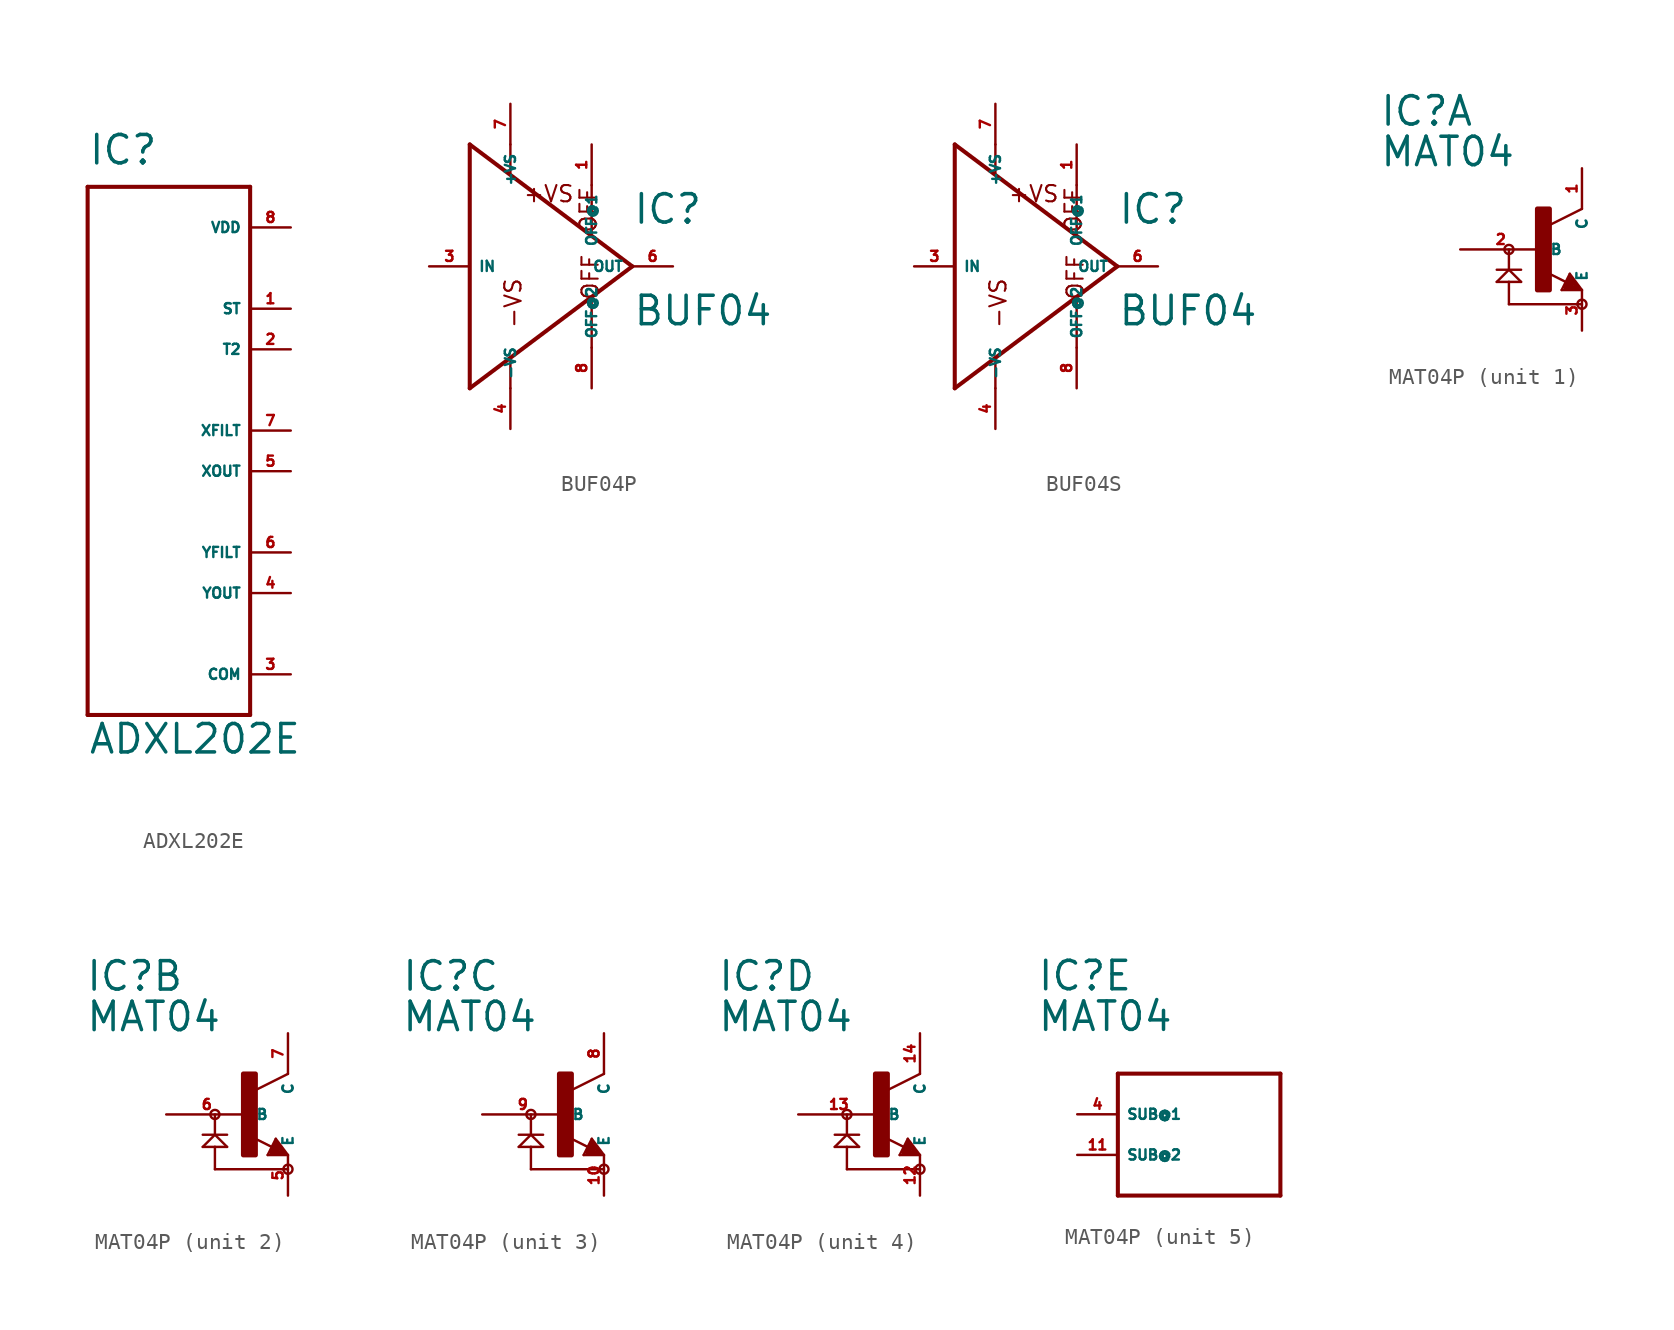
<source format=kicad_sym>
(kicad_symbol_lib
  (version 20220914)
  (generator Eagle2Kicad)
  (symbol "ADXL202E"
    (property "Reference" "IC"
      (at -5.08 16.51 0)
      (effects (font (size 1.778 1.778) (thickness 0.22)) (justify left bottom)))
    (property "Value" "ADXL202E"
      (at -5.08 -20.32 0)
      (effects (font (size 1.778 1.778) (thickness 0.22)) (justify left bottom)))
    (polyline
      (pts (xy -5.08 15.24) (xy -5.08 -17.78))
      (stroke (width 0.254) (type default))
      (fill (type none)))
    (polyline
      (pts (xy -5.08 -17.78) (xy 5.08 -17.78))
      (stroke (width 0.254) (type default))
      (fill (type none)))
    (polyline
      (pts (xy 5.08 -17.78) (xy 5.08 15.24))
      (stroke (width 0.254) (type default))
      (fill (type none)))
    (polyline
      (pts (xy 5.08 15.24) (xy -5.08 15.24))
      (stroke (width 0.254) (type default))
      (fill (type none)))
    (pin input line
      (at 7.62 7.62 180)
      (length 2.54)
      (name "ST" (effects (font (size 0.635 0.635) (thickness 0.08)) (justify left bottom)))
      (number "1" (effects (font (size 0.635 0.635) (thickness 0.08)) (justify left bottom))))
    (pin input line
      (at 7.62 5.08 180)
      (length 2.54)
      (name "T2" (effects (font (size 0.635 0.635) (thickness 0.08)) (justify left bottom)))
      (number "2" (effects (font (size 0.635 0.635) (thickness 0.08)) (justify left bottom))))
    (pin input line
      (at 7.62 -15.24 180)
      (length 2.54)
      (name "COM" (effects (font (size 0.635 0.635) (thickness 0.08)) (justify left bottom)))
      (number "3" (effects (font (size 0.635 0.635) (thickness 0.08)) (justify left bottom))))
    (pin input line
      (at 7.62 -10.16 180)
      (length 2.54)
      (name "YOUT" (effects (font (size 0.635 0.635) (thickness 0.08)) (justify left bottom)))
      (number "4" (effects (font (size 0.635 0.635) (thickness 0.08)) (justify left bottom))))
    (pin input line
      (at 7.62 -2.54 180)
      (length 2.54)
      (name "XOUT" (effects (font (size 0.635 0.635) (thickness 0.08)) (justify left bottom)))
      (number "5" (effects (font (size 0.635 0.635) (thickness 0.08)) (justify left bottom))))
    (pin input line
      (at 7.62 -7.62 180)
      (length 2.54)
      (name "YFILT" (effects (font (size 0.635 0.635) (thickness 0.08)) (justify left bottom)))
      (number "6" (effects (font (size 0.635 0.635) (thickness 0.08)) (justify left bottom))))
    (pin input line
      (at 7.62 0 180)
      (length 2.54)
      (name "XFILT" (effects (font (size 0.635 0.635) (thickness 0.08)) (justify left bottom)))
      (number "7" (effects (font (size 0.635 0.635) (thickness 0.08)) (justify left bottom))))
    (pin input line
      (at 7.62 12.7 180)
      (length 2.54)
      (name "VDD" (effects (font (size 0.635 0.635) (thickness 0.08)) (justify left bottom)))
      (number "8" (effects (font (size 0.635 0.635) (thickness 0.08)) (justify left bottom)))))
  (symbol "BUF04P"
    (property "Reference" "IC"
      (at 7.62 2.54 0)
      (effects (font (size 1.778 1.778) (thickness 0.22)) (justify left bottom)))
    (property "Value" "BUF04"
      (at 7.62 -3.81 0)
      (effects (font (size 1.778 1.778) (thickness 0.22)) (justify left bottom)))
    (polyline
      (pts (xy -2.54 7.62) (xy -2.54 -7.62))
      (stroke (width 0.254) (type default))
      (fill (type none)))
    (polyline
      (pts (xy -2.54 -7.62) (xy 7.62 0))
      (stroke (width 0.254) (type default))
      (fill (type none)))
    (polyline
      (pts (xy 7.62 0) (xy -2.54 7.62))
      (stroke (width 0.254) (type default))
      (fill (type none)))
    (polyline
      (pts (xy 5.08 5.08) (xy 5.08 2.032))
      (stroke (width 0.152) (type default))
      (fill (type none)))
    (polyline
      (pts (xy 5.08 -5.08) (xy 5.08 -2.032))
      (stroke (width 0.152) (type default))
      (fill (type none)))
    (polyline
      (pts (xy 0 5.842) (xy 0 7.62))
      (stroke (width 0.152) (type default))
      (fill (type none)))
    (polyline
      (pts (xy 0 -7.62) (xy 0 -5.842))
      (stroke (width 0.152) (type default))
      (fill (type none)))
    (text "+VS"
      (at 0.762 3.937 0)
      (effects (font (size 1.016 1.016) (thickness 0.13)) (justify left bottom mirror)))
    (text "-VS"
      (at 0.762 -3.937 1800)
      (effects (font (size 1.016 1.016) (thickness 0.13)) (justify left bottom)))
    (text "OFF"
      (at 5.588 -2.159 2700)
      (effects (font (size 1.016 1.016) (thickness 0.13)) (justify left bottom)))
    (text "OFF"
      (at 5.461 2.032 900)
      (effects (font (size 1.016 1.016) (thickness 0.13)) (justify left bottom mirror)))
    (pin input line
      (at -5.08 0 0)
      (length 2.54)
      (name "IN" (effects (font (size 0.635 0.635) (thickness 0.08)) (justify left bottom)))
      (number "3" (effects (font (size 0.635 0.635) (thickness 0.08)) (justify left bottom))))
    (pin output line
      (at 10.16 0 180)
      (length 2.54)
      (name "OUT" (effects (font (size 0.635 0.635) (thickness 0.08)) (justify left bottom)))
      (number "6" (effects (font (size 0.635 0.635) (thickness 0.08)) (justify left bottom))))
    (pin input line
      (at 0 -10.16 90)
      (length 2.54)
      (name "-VS" (effects (font (size 0.635 0.635) (thickness 0.08)) (justify left bottom)))
      (number "4" (effects (font (size 0.635 0.635) (thickness 0.08)) (justify left bottom))))
    (pin input line
      (at 0 10.16 270)
      (length 2.54)
      (name "+VS" (effects (font (size 0.635 0.635) (thickness 0.08)) (justify left bottom)))
      (number "7" (effects (font (size 0.635 0.635) (thickness 0.08)) (justify left bottom))))
    (pin passive line
      (at 5.08 7.62 270)
      (length 2.54)
      (name "OFF@1" (effects (font (size 0.635 0.635) (thickness 0.08)) (justify left bottom)))
      (number "1" (effects (font (size 0.635 0.635) (thickness 0.08)) (justify left bottom))))
    (pin passive line
      (at 5.08 -7.62 90)
      (length 2.54)
      (name "OFF@2" (effects (font (size 0.635 0.635) (thickness 0.08)) (justify left bottom)))
      (number "8" (effects (font (size 0.635 0.635) (thickness 0.08)) (justify left bottom)))))
  (symbol "BUF04S"
    (property "Reference" "IC"
      (at 7.62 2.54 0)
      (effects (font (size 1.778 1.778) (thickness 0.22)) (justify left bottom)))
    (property "Value" "BUF04"
      (at 7.62 -3.81 0)
      (effects (font (size 1.778 1.778) (thickness 0.22)) (justify left bottom)))
    (polyline
      (pts (xy -2.54 7.62) (xy -2.54 -7.62))
      (stroke (width 0.254) (type default))
      (fill (type none)))
    (polyline
      (pts (xy -2.54 -7.62) (xy 7.62 0))
      (stroke (width 0.254) (type default))
      (fill (type none)))
    (polyline
      (pts (xy 7.62 0) (xy -2.54 7.62))
      (stroke (width 0.254) (type default))
      (fill (type none)))
    (polyline
      (pts (xy 5.08 5.08) (xy 5.08 2.032))
      (stroke (width 0.152) (type default))
      (fill (type none)))
    (polyline
      (pts (xy 5.08 -5.08) (xy 5.08 -2.032))
      (stroke (width 0.152) (type default))
      (fill (type none)))
    (polyline
      (pts (xy 0 5.842) (xy 0 7.62))
      (stroke (width 0.152) (type default))
      (fill (type none)))
    (polyline
      (pts (xy 0 -7.62) (xy 0 -5.842))
      (stroke (width 0.152) (type default))
      (fill (type none)))
    (text "+VS"
      (at 0.762 3.937 0)
      (effects (font (size 1.016 1.016) (thickness 0.13)) (justify left bottom mirror)))
    (text "-VS"
      (at 0.762 -3.937 1800)
      (effects (font (size 1.016 1.016) (thickness 0.13)) (justify left bottom)))
    (text "OFF"
      (at 5.588 -2.159 2700)
      (effects (font (size 1.016 1.016) (thickness 0.13)) (justify left bottom)))
    (text "OFF"
      (at 5.461 2.032 900)
      (effects (font (size 1.016 1.016) (thickness 0.13)) (justify left bottom mirror)))
    (pin input line
      (at -5.08 0 0)
      (length 2.54)
      (name "IN" (effects (font (size 0.635 0.635) (thickness 0.08)) (justify left bottom)))
      (number "3" (effects (font (size 0.635 0.635) (thickness 0.08)) (justify left bottom))))
    (pin output line
      (at 10.16 0 180)
      (length 2.54)
      (name "OUT" (effects (font (size 0.635 0.635) (thickness 0.08)) (justify left bottom)))
      (number "6" (effects (font (size 0.635 0.635) (thickness 0.08)) (justify left bottom))))
    (pin input line
      (at 0 -10.16 90)
      (length 2.54)
      (name "-VS" (effects (font (size 0.635 0.635) (thickness 0.08)) (justify left bottom)))
      (number "4" (effects (font (size 0.635 0.635) (thickness 0.08)) (justify left bottom))))
    (pin input line
      (at 0 10.16 270)
      (length 2.54)
      (name "+VS" (effects (font (size 0.635 0.635) (thickness 0.08)) (justify left bottom)))
      (number "7" (effects (font (size 0.635 0.635) (thickness 0.08)) (justify left bottom))))
    (pin passive line
      (at 5.08 7.62 270)
      (length 2.54)
      (name "OFF@1" (effects (font (size 0.635 0.635) (thickness 0.08)) (justify left bottom)))
      (number "1" (effects (font (size 0.635 0.635) (thickness 0.08)) (justify left bottom))))
    (pin passive line
      (at 5.08 -7.62 90)
      (length 2.54)
      (name "OFF@2" (effects (font (size 0.635 0.635) (thickness 0.08)) (justify left bottom)))
      (number "8" (effects (font (size 0.635 0.635) (thickness 0.08)) (justify left bottom)))))
  (symbol "MAT04P"
    (property "Reference" "IC"
      (at -10.16 7.62 0)
      (effects (font (size 1.778 1.778) (thickness 0.22)) (justify left bottom)))
    (property "Value" "MAT04"
      (at -10.16 5.08 0)
      (effects (font (size 1.778 1.778) (thickness 0.22)) (justify left bottom)))
    (symbol "MAT04P_1_0"
      (polyline (pts (xy 2.54 2.54) (xy 0.508 1.524)) (stroke (width 0.152) (type default)) (fill (type none)))
      (polyline (pts (xy 1.778 -1.524) (xy 2.54 -2.54)) (stroke (width 0.152) (type default)) (fill (type none)))
      (polyline (pts (xy 2.54 -2.54) (xy 1.27 -2.54)) (stroke (width 0.152) (type default)) (fill (type none)))
      (polyline (pts (xy 1.27 -2.54) (xy 1.778 -1.524)) (stroke (width 0.152) (type default)) (fill (type none)))
      (polyline (pts (xy 1.54 -2.04) (xy 0.308 -1.424)) (stroke (width 0.152) (type default)) (fill (type none)))
      (polyline (pts (xy 1.524 -2.413) (xy 2.286 -2.413)) (stroke (width 0.254) (type default)) (fill (type none)))
      (polyline (pts (xy 2.286 -2.413) (xy 1.778 -1.778)) (stroke (width 0.254) (type default)) (fill (type none)))
      (polyline (pts (xy 1.778 -1.778) (xy 1.524 -2.286)) (stroke (width 0.254) (type default)) (fill (type none)))
      (polyline (pts (xy 1.524 -2.286) (xy 1.905 -2.286)) (stroke (width 0.254) (type default)) (fill (type none)))
      (polyline (pts (xy 1.905 -2.286) (xy 1.778 -2.032)) (stroke (width 0.254) (type default)) (fill (type none)))
      (polyline (pts (xy -2.032 0) (xy -2.032 -1.27)) (stroke (width 0.152) (type default)) (fill (type none)))
      (polyline (pts (xy -2.032 -1.27) (xy -2.794 -2.032)) (stroke (width 0.152) (type default)) (fill (type none)))
      (polyline (pts (xy -2.794 -2.032) (xy -2.032 -2.032)) (stroke (width 0.152) (type default)) (fill (type none)))
      (polyline (pts (xy -2.032 -2.032) (xy -1.27 -2.032)) (stroke (width 0.152) (type default)) (fill (type none)))
      (polyline (pts (xy -1.27 -2.032) (xy -2.032 -1.27)) (stroke (width 0.152) (type default)) (fill (type none)))
      (polyline (pts (xy -2.794 -1.27) (xy -2.032 -1.27)) (stroke (width 0.152) (type default)) (fill (type none)))
      (polyline (pts (xy -2.032 -1.27) (xy -1.27 -1.27)) (stroke (width 0.152) (type default)) (fill (type none)))
      (polyline (pts (xy -2.032 -2.032) (xy -2.032 -3.429)) (stroke (width 0.152) (type default)) (fill (type none)))
      (polyline (pts (xy -2.032 -3.429) (xy 2.54 -3.429)) (stroke (width 0.152) (type default)) (fill (type none)))
      (circle (center -2.032 0) (radius 0.284) (stroke (width 0) (type default)) (fill (type none)))
      (circle (center 2.54 -3.429) (radius 0.284) (stroke (width 0) (type default)) (fill (type none)))
      (rectangle (start -0.254 -2.54) (end 0.508 2.54) (stroke (width 0.3) (type default)) (fill (type outline)))
      (pin passive line (at -5.08 0 0) (length 5.08) (name "B" (effects (font (size 0.635 0.635) (thickness 0.08)) (justify left bottom))) (number "2" (effects (font (size 0.635 0.635) (thickness 0.08)) (justify left bottom))))
      (pin passive line (at 2.54 -5.08 90) (length 2.54) (name "E" (effects (font (size 0.635 0.635) (thickness 0.08)) (justify left bottom))) (number "3" (effects (font (size 0.635 0.635) (thickness 0.08)) (justify left bottom))))
      (pin passive line (at 2.54 5.08 270) (length 2.54) (name "C" (effects (font (size 0.635 0.635) (thickness 0.08)) (justify left bottom))) (number "1" (effects (font (size 0.635 0.635) (thickness 0.08)) (justify left bottom)))))
    (symbol "MAT04P_2_0"
      (polyline (pts (xy 2.54 2.54) (xy 0.508 1.524)) (stroke (width 0.152) (type default)) (fill (type none)))
      (polyline (pts (xy 1.778 -1.524) (xy 2.54 -2.54)) (stroke (width 0.152) (type default)) (fill (type none)))
      (polyline (pts (xy 2.54 -2.54) (xy 1.27 -2.54)) (stroke (width 0.152) (type default)) (fill (type none)))
      (polyline (pts (xy 1.27 -2.54) (xy 1.778 -1.524)) (stroke (width 0.152) (type default)) (fill (type none)))
      (polyline (pts (xy 1.54 -2.04) (xy 0.308 -1.424)) (stroke (width 0.152) (type default)) (fill (type none)))
      (polyline (pts (xy 1.524 -2.413) (xy 2.286 -2.413)) (stroke (width 0.254) (type default)) (fill (type none)))
      (polyline (pts (xy 2.286 -2.413) (xy 1.778 -1.778)) (stroke (width 0.254) (type default)) (fill (type none)))
      (polyline (pts (xy 1.778 -1.778) (xy 1.524 -2.286)) (stroke (width 0.254) (type default)) (fill (type none)))
      (polyline (pts (xy 1.524 -2.286) (xy 1.905 -2.286)) (stroke (width 0.254) (type default)) (fill (type none)))
      (polyline (pts (xy 1.905 -2.286) (xy 1.778 -2.032)) (stroke (width 0.254) (type default)) (fill (type none)))
      (polyline (pts (xy -2.032 0) (xy -2.032 -1.27)) (stroke (width 0.152) (type default)) (fill (type none)))
      (polyline (pts (xy -2.032 -1.27) (xy -2.794 -2.032)) (stroke (width 0.152) (type default)) (fill (type none)))
      (polyline (pts (xy -2.794 -2.032) (xy -2.032 -2.032)) (stroke (width 0.152) (type default)) (fill (type none)))
      (polyline (pts (xy -2.032 -2.032) (xy -1.27 -2.032)) (stroke (width 0.152) (type default)) (fill (type none)))
      (polyline (pts (xy -1.27 -2.032) (xy -2.032 -1.27)) (stroke (width 0.152) (type default)) (fill (type none)))
      (polyline (pts (xy -2.794 -1.27) (xy -2.032 -1.27)) (stroke (width 0.152) (type default)) (fill (type none)))
      (polyline (pts (xy -2.032 -1.27) (xy -1.27 -1.27)) (stroke (width 0.152) (type default)) (fill (type none)))
      (polyline (pts (xy -2.032 -2.032) (xy -2.032 -3.429)) (stroke (width 0.152) (type default)) (fill (type none)))
      (polyline (pts (xy -2.032 -3.429) (xy 2.54 -3.429)) (stroke (width 0.152) (type default)) (fill (type none)))
      (circle (center -2.032 0) (radius 0.284) (stroke (width 0) (type default)) (fill (type none)))
      (circle (center 2.54 -3.429) (radius 0.284) (stroke (width 0) (type default)) (fill (type none)))
      (rectangle (start -0.254 -2.54) (end 0.508 2.54) (stroke (width 0.3) (type default)) (fill (type outline)))
      (pin passive line (at -5.08 0 0) (length 5.08) (name "B" (effects (font (size 0.635 0.635) (thickness 0.08)) (justify left bottom))) (number "6" (effects (font (size 0.635 0.635) (thickness 0.08)) (justify left bottom))))
      (pin passive line (at 2.54 -5.08 90) (length 2.54) (name "E" (effects (font (size 0.635 0.635) (thickness 0.08)) (justify left bottom))) (number "5" (effects (font (size 0.635 0.635) (thickness 0.08)) (justify left bottom))))
      (pin passive line (at 2.54 5.08 270) (length 2.54) (name "C" (effects (font (size 0.635 0.635) (thickness 0.08)) (justify left bottom))) (number "7" (effects (font (size 0.635 0.635) (thickness 0.08)) (justify left bottom)))))
    (symbol "MAT04P_3_0"
      (polyline (pts (xy 2.54 2.54) (xy 0.508 1.524)) (stroke (width 0.152) (type default)) (fill (type none)))
      (polyline (pts (xy 1.778 -1.524) (xy 2.54 -2.54)) (stroke (width 0.152) (type default)) (fill (type none)))
      (polyline (pts (xy 2.54 -2.54) (xy 1.27 -2.54)) (stroke (width 0.152) (type default)) (fill (type none)))
      (polyline (pts (xy 1.27 -2.54) (xy 1.778 -1.524)) (stroke (width 0.152) (type default)) (fill (type none)))
      (polyline (pts (xy 1.54 -2.04) (xy 0.308 -1.424)) (stroke (width 0.152) (type default)) (fill (type none)))
      (polyline (pts (xy 1.524 -2.413) (xy 2.286 -2.413)) (stroke (width 0.254) (type default)) (fill (type none)))
      (polyline (pts (xy 2.286 -2.413) (xy 1.778 -1.778)) (stroke (width 0.254) (type default)) (fill (type none)))
      (polyline (pts (xy 1.778 -1.778) (xy 1.524 -2.286)) (stroke (width 0.254) (type default)) (fill (type none)))
      (polyline (pts (xy 1.524 -2.286) (xy 1.905 -2.286)) (stroke (width 0.254) (type default)) (fill (type none)))
      (polyline (pts (xy 1.905 -2.286) (xy 1.778 -2.032)) (stroke (width 0.254) (type default)) (fill (type none)))
      (polyline (pts (xy -2.032 0) (xy -2.032 -1.27)) (stroke (width 0.152) (type default)) (fill (type none)))
      (polyline (pts (xy -2.032 -1.27) (xy -2.794 -2.032)) (stroke (width 0.152) (type default)) (fill (type none)))
      (polyline (pts (xy -2.794 -2.032) (xy -2.032 -2.032)) (stroke (width 0.152) (type default)) (fill (type none)))
      (polyline (pts (xy -2.032 -2.032) (xy -1.27 -2.032)) (stroke (width 0.152) (type default)) (fill (type none)))
      (polyline (pts (xy -1.27 -2.032) (xy -2.032 -1.27)) (stroke (width 0.152) (type default)) (fill (type none)))
      (polyline (pts (xy -2.794 -1.27) (xy -2.032 -1.27)) (stroke (width 0.152) (type default)) (fill (type none)))
      (polyline (pts (xy -2.032 -1.27) (xy -1.27 -1.27)) (stroke (width 0.152) (type default)) (fill (type none)))
      (polyline (pts (xy -2.032 -2.032) (xy -2.032 -3.429)) (stroke (width 0.152) (type default)) (fill (type none)))
      (polyline (pts (xy -2.032 -3.429) (xy 2.54 -3.429)) (stroke (width 0.152) (type default)) (fill (type none)))
      (circle (center -2.032 0) (radius 0.284) (stroke (width 0) (type default)) (fill (type none)))
      (circle (center 2.54 -3.429) (radius 0.284) (stroke (width 0) (type default)) (fill (type none)))
      (rectangle (start -0.254 -2.54) (end 0.508 2.54) (stroke (width 0.3) (type default)) (fill (type outline)))
      (pin passive line (at -5.08 0 0) (length 5.08) (name "B" (effects (font (size 0.635 0.635) (thickness 0.08)) (justify left bottom))) (number "9" (effects (font (size 0.635 0.635) (thickness 0.08)) (justify left bottom))))
      (pin passive line (at 2.54 -5.08 90) (length 2.54) (name "E" (effects (font (size 0.635 0.635) (thickness 0.08)) (justify left bottom))) (number "10" (effects (font (size 0.635 0.635) (thickness 0.08)) (justify left bottom))))
      (pin passive line (at 2.54 5.08 270) (length 2.54) (name "C" (effects (font (size 0.635 0.635) (thickness 0.08)) (justify left bottom))) (number "8" (effects (font (size 0.635 0.635) (thickness 0.08)) (justify left bottom)))))
    (symbol "MAT04P_4_0"
      (polyline (pts (xy 2.54 2.54) (xy 0.508 1.524)) (stroke (width 0.152) (type default)) (fill (type none)))
      (polyline (pts (xy 1.778 -1.524) (xy 2.54 -2.54)) (stroke (width 0.152) (type default)) (fill (type none)))
      (polyline (pts (xy 2.54 -2.54) (xy 1.27 -2.54)) (stroke (width 0.152) (type default)) (fill (type none)))
      (polyline (pts (xy 1.27 -2.54) (xy 1.778 -1.524)) (stroke (width 0.152) (type default)) (fill (type none)))
      (polyline (pts (xy 1.54 -2.04) (xy 0.308 -1.424)) (stroke (width 0.152) (type default)) (fill (type none)))
      (polyline (pts (xy 1.524 -2.413) (xy 2.286 -2.413)) (stroke (width 0.254) (type default)) (fill (type none)))
      (polyline (pts (xy 2.286 -2.413) (xy 1.778 -1.778)) (stroke (width 0.254) (type default)) (fill (type none)))
      (polyline (pts (xy 1.778 -1.778) (xy 1.524 -2.286)) (stroke (width 0.254) (type default)) (fill (type none)))
      (polyline (pts (xy 1.524 -2.286) (xy 1.905 -2.286)) (stroke (width 0.254) (type default)) (fill (type none)))
      (polyline (pts (xy 1.905 -2.286) (xy 1.778 -2.032)) (stroke (width 0.254) (type default)) (fill (type none)))
      (polyline (pts (xy -2.032 0) (xy -2.032 -1.27)) (stroke (width 0.152) (type default)) (fill (type none)))
      (polyline (pts (xy -2.032 -1.27) (xy -2.794 -2.032)) (stroke (width 0.152) (type default)) (fill (type none)))
      (polyline (pts (xy -2.794 -2.032) (xy -2.032 -2.032)) (stroke (width 0.152) (type default)) (fill (type none)))
      (polyline (pts (xy -2.032 -2.032) (xy -1.27 -2.032)) (stroke (width 0.152) (type default)) (fill (type none)))
      (polyline (pts (xy -1.27 -2.032) (xy -2.032 -1.27)) (stroke (width 0.152) (type default)) (fill (type none)))
      (polyline (pts (xy -2.794 -1.27) (xy -2.032 -1.27)) (stroke (width 0.152) (type default)) (fill (type none)))
      (polyline (pts (xy -2.032 -1.27) (xy -1.27 -1.27)) (stroke (width 0.152) (type default)) (fill (type none)))
      (polyline (pts (xy -2.032 -2.032) (xy -2.032 -3.429)) (stroke (width 0.152) (type default)) (fill (type none)))
      (polyline (pts (xy -2.032 -3.429) (xy 2.54 -3.429)) (stroke (width 0.152) (type default)) (fill (type none)))
      (circle (center -2.032 0) (radius 0.284) (stroke (width 0) (type default)) (fill (type none)))
      (circle (center 2.54 -3.429) (radius 0.284) (stroke (width 0) (type default)) (fill (type none)))
      (rectangle (start -0.254 -2.54) (end 0.508 2.54) (stroke (width 0.3) (type default)) (fill (type outline)))
      (pin passive line (at -5.08 0 0) (length 5.08) (name "B" (effects (font (size 0.635 0.635) (thickness 0.08)) (justify left bottom))) (number "13" (effects (font (size 0.635 0.635) (thickness 0.08)) (justify left bottom))))
      (pin passive line (at 2.54 -5.08 90) (length 2.54) (name "E" (effects (font (size 0.635 0.635) (thickness 0.08)) (justify left bottom))) (number "12" (effects (font (size 0.635 0.635) (thickness 0.08)) (justify left bottom))))
      (pin passive line (at 2.54 5.08 270) (length 2.54) (name "C" (effects (font (size 0.635 0.635) (thickness 0.08)) (justify left bottom))) (number "14" (effects (font (size 0.635 0.635) (thickness 0.08)) (justify left bottom)))))
    (symbol "MAT04P_5_0"
      (polyline (pts (xy -5.08 2.54) (xy 5.08 2.54)) (stroke (width 0.254) (type default)) (fill (type none)))
      (polyline (pts (xy 5.08 2.54) (xy 5.08 -5.08)) (stroke (width 0.254) (type default)) (fill (type none)))
      (polyline (pts (xy 5.08 -5.08) (xy -5.08 -5.08)) (stroke (width 0.254) (type default)) (fill (type none)))
      (polyline (pts (xy -5.08 -5.08) (xy -5.08 2.54)) (stroke (width 0.254) (type default)) (fill (type none)))
      (pin passive line (at -7.62 0 0) (length 2.54) (name "SUB@1" (effects (font (size 0.635 0.635) (thickness 0.08)) (justify left bottom))) (number "4" (effects (font (size 0.635 0.635) (thickness 0.08)) (justify left bottom))))
      (pin passive line (at -7.62 -2.54 0) (length 2.54) (name "SUB@2" (effects (font (size 0.635 0.635) (thickness 0.08)) (justify left bottom))) (number "11" (effects (font (size 0.635 0.635) (thickness 0.08)) (justify left bottom)))))))
</source>
